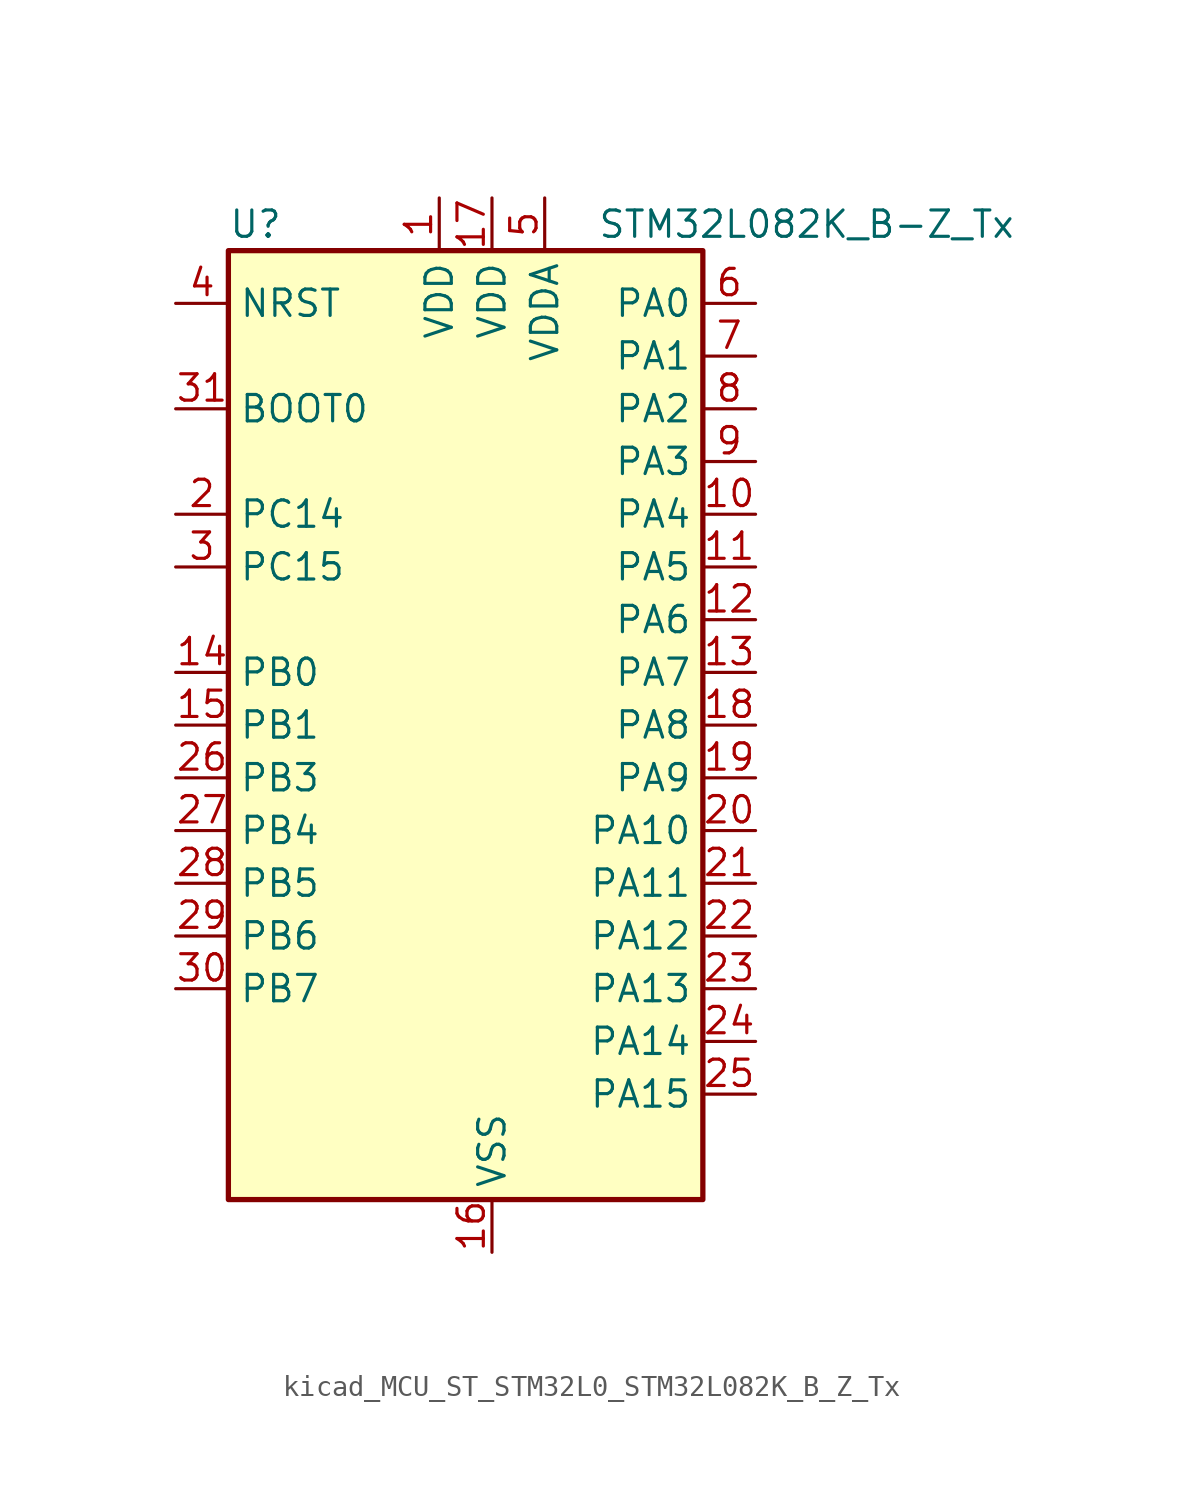
<source format=kicad_sym>
(kicad_symbol_lib
  (version 20220914)
  (generator kicad_symbol_editor)
  (symbol "kicad_MCU_ST_STM32L0_STM32L082K_B_Z_Tx"
    (property "Reference" "U"
      (at -10.16 24.13 0)
      (effects (font (size 1.27 1.27)) (justify left)))
    (property "Value" "STM32L082K_B-Z_Tx"
      (at 7.62 24.13 0)
      (effects (font (size 1.27 1.27)) (justify left)))
    (property "ki_locked" ""
      (at 0 0 0)
      (effects (font (size 1.27 1.27))))
    (symbol "kicad_MCU_ST_STM32L0_STM32L082K_B_Z_Tx_0_1"
      (rectangle (start -10.16 -22.86) (end 12.7 22.86) (stroke (width 0.254) (type default)) (fill (type background))))
    (symbol "kicad_MCU_ST_STM32L0_STM32L082K_B_Z_Tx_1_1"
      (pin power_in line (at 0 25.4 270) (length 2.54) (name "VDD" (effects (font (size 1.27 1.27)))) (number "1" (effects (font (size 1.27 1.27)))))
      (pin bidirectional line (at 15.24 10.16 180) (length 2.54) (name "PA4" (effects (font (size 1.27 1.27)))) (number "10" (effects (font (size 1.27 1.27)))) (alternate "ADC_IN4" bidirectional line) (alternate "COMP1_INM" bidirectional line) (alternate "COMP2_INM" bidirectional line) (alternate "DAC_OUT1" bidirectional line) (alternate "SPI1_NSS" bidirectional line) (alternate "TIM22_ETR" bidirectional line) (alternate "TSC_G2_IO1" bidirectional line) (alternate "USART2_CK" bidirectional line))
      (pin bidirectional line (at 15.24 7.62 180) (length 2.54) (name "PA5" (effects (font (size 1.27 1.27)))) (number "11" (effects (font (size 1.27 1.27)))) (alternate "ADC_IN5" bidirectional line) (alternate "COMP1_INM" bidirectional line) (alternate "COMP2_INM" bidirectional line) (alternate "DAC_OUT2" bidirectional line) (alternate "SPI1_SCK" bidirectional line) (alternate "TIM2_CH1" bidirectional line) (alternate "TIM2_ETR" bidirectional line) (alternate "TSC_G2_IO2" bidirectional line))
      (pin bidirectional line (at 15.24 5.08 180) (length 2.54) (name "PA6" (effects (font (size 1.27 1.27)))) (number "12" (effects (font (size 1.27 1.27)))) (alternate "ADC_IN6" bidirectional line) (alternate "COMP1_OUT" bidirectional line) (alternate "LPUART1_CTS" bidirectional line) (alternate "SPI1_MISO" bidirectional line) (alternate "TIM22_CH1" bidirectional line) (alternate "TIM3_CH1" bidirectional line) (alternate "TSC_G2_IO3" bidirectional line))
      (pin bidirectional line (at 15.24 2.54 180) (length 2.54) (name "PA7" (effects (font (size 1.27 1.27)))) (number "13" (effects (font (size 1.27 1.27)))) (alternate "ADC_IN7" bidirectional line) (alternate "COMP2_OUT" bidirectional line) (alternate "SPI1_MOSI" bidirectional line) (alternate "TIM22_CH2" bidirectional line) (alternate "TIM3_CH2" bidirectional line) (alternate "TSC_G2_IO4" bidirectional line))
      (pin bidirectional line (at -12.7 2.54 0) (length 2.54) (name "PB0" (effects (font (size 1.27 1.27)))) (number "14" (effects (font (size 1.27 1.27)))) (alternate "ADC_IN8" bidirectional line) (alternate "SYS_VREF_OUT_PB0" bidirectional line) (alternate "TIM3_CH3" bidirectional line) (alternate "TSC_G3_IO2" bidirectional line))
      (pin bidirectional line (at -12.7 0 0) (length 2.54) (name "PB1" (effects (font (size 1.27 1.27)))) (number "15" (effects (font (size 1.27 1.27)))) (alternate "ADC_IN9" bidirectional line) (alternate "LPUART1_DE" bidirectional line) (alternate "LPUART1_RTS" bidirectional line) (alternate "SYS_VREF_OUT_PB1" bidirectional line) (alternate "TIM3_CH4" bidirectional line) (alternate "TSC_G3_IO3" bidirectional line))
      (pin power_in line (at 2.54 -25.4 90) (length 2.54) (name "VSS" (effects (font (size 1.27 1.27)))) (number "16" (effects (font (size 1.27 1.27)))))
      (pin power_in line (at 2.54 25.4 270) (length 2.54) (name "VDD" (effects (font (size 1.27 1.27)))) (number "17" (effects (font (size 1.27 1.27)))))
      (pin bidirectional line (at 15.24 0 180) (length 2.54) (name "PA8" (effects (font (size 1.27 1.27)))) (number "18" (effects (font (size 1.27 1.27)))) (alternate "CRS_SYNC" bidirectional line) (alternate "I2C3_SCL" bidirectional line) (alternate "RCC_MCO" bidirectional line) (alternate "USART1_CK" bidirectional line))
      (pin bidirectional line (at 15.24 -2.54 180) (length 2.54) (name "PA9" (effects (font (size 1.27 1.27)))) (number "19" (effects (font (size 1.27 1.27)))) (alternate "DAC_EXTI9" bidirectional line) (alternate "I2C1_SCL" bidirectional line) (alternate "I2C3_SMBA" bidirectional line) (alternate "RCC_MCO" bidirectional line) (alternate "TSC_G4_IO1" bidirectional line) (alternate "USART1_TX" bidirectional line))
      (pin bidirectional line (at -12.7 10.16 0) (length 2.54) (name "PC14" (effects (font (size 1.27 1.27)))) (number "2" (effects (font (size 1.27 1.27)))) (alternate "RCC_OSC32_IN" bidirectional line))
      (pin bidirectional line (at 15.24 -5.08 180) (length 2.54) (name "PA10" (effects (font (size 1.27 1.27)))) (number "20" (effects (font (size 1.27 1.27)))) (alternate "I2C1_SDA" bidirectional line) (alternate "TSC_G4_IO2" bidirectional line) (alternate "USART1_RX" bidirectional line))
      (pin bidirectional line (at 15.24 -7.62 180) (length 2.54) (name "PA11" (effects (font (size 1.27 1.27)))) (number "21" (effects (font (size 1.27 1.27)))) (alternate "ADC_EXTI11" bidirectional line) (alternate "COMP1_OUT" bidirectional line) (alternate "SPI1_MISO" bidirectional line) (alternate "TSC_G4_IO3" bidirectional line) (alternate "USART1_CTS" bidirectional line) (alternate "USB_DM" bidirectional line))
      (pin bidirectional line (at 15.24 -10.16 180) (length 2.54) (name "PA12" (effects (font (size 1.27 1.27)))) (number "22" (effects (font (size 1.27 1.27)))) (alternate "COMP2_OUT" bidirectional line) (alternate "SPI1_MOSI" bidirectional line) (alternate "TSC_G4_IO4" bidirectional line) (alternate "USART1_DE" bidirectional line) (alternate "USART1_RTS" bidirectional line) (alternate "USB_DP" bidirectional line))
      (pin bidirectional line (at 15.24 -12.7 180) (length 2.54) (name "PA13" (effects (font (size 1.27 1.27)))) (number "23" (effects (font (size 1.27 1.27)))) (alternate "LPUART1_RX" bidirectional line) (alternate "SYS_SWDIO" bidirectional line) (alternate "USB_NOE" bidirectional line))
      (pin bidirectional line (at 15.24 -15.24 180) (length 2.54) (name "PA14" (effects (font (size 1.27 1.27)))) (number "24" (effects (font (size 1.27 1.27)))) (alternate "LPUART1_TX" bidirectional line) (alternate "SYS_SWCLK" bidirectional line) (alternate "USART2_TX" bidirectional line))
      (pin bidirectional line (at 15.24 -17.78 180) (length 2.54) (name "PA15" (effects (font (size 1.27 1.27)))) (number "25" (effects (font (size 1.27 1.27)))) (alternate "SPI1_NSS" bidirectional line) (alternate "TIM2_CH1" bidirectional line) (alternate "TIM2_ETR" bidirectional line) (alternate "USART2_RX" bidirectional line) (alternate "USART4_DE" bidirectional line) (alternate "USART4_RTS" bidirectional line))
      (pin bidirectional line (at -12.7 -2.54 0) (length 2.54) (name "PB3" (effects (font (size 1.27 1.27)))) (number "26" (effects (font (size 1.27 1.27)))) (alternate "COMP2_INM" bidirectional line) (alternate "SPI1_SCK" bidirectional line) (alternate "TIM2_CH2" bidirectional line) (alternate "TSC_G5_IO1" bidirectional line) (alternate "USART1_DE" bidirectional line) (alternate "USART1_RTS" bidirectional line) (alternate "USART5_TX" bidirectional line))
      (pin bidirectional line (at -12.7 -5.08 0) (length 2.54) (name "PB4" (effects (font (size 1.27 1.27)))) (number "27" (effects (font (size 1.27 1.27)))) (alternate "COMP2_INP" bidirectional line) (alternate "I2C3_SDA" bidirectional line) (alternate "SPI1_MISO" bidirectional line) (alternate "TIM22_CH1" bidirectional line) (alternate "TIM3_CH1" bidirectional line) (alternate "TSC_G5_IO2" bidirectional line) (alternate "USART1_CTS" bidirectional line) (alternate "USART5_RX" bidirectional line))
      (pin bidirectional line (at -12.7 -7.62 0) (length 2.54) (name "PB5" (effects (font (size 1.27 1.27)))) (number "28" (effects (font (size 1.27 1.27)))) (alternate "COMP2_INP" bidirectional line) (alternate "I2C1_SMBA" bidirectional line) (alternate "LPTIM1_IN1" bidirectional line) (alternate "SPI1_MOSI" bidirectional line) (alternate "TIM22_CH2" bidirectional line) (alternate "TIM3_CH2" bidirectional line) (alternate "USART1_CK" bidirectional line) (alternate "USART5_CK" bidirectional line) (alternate "USART5_DE" bidirectional line) (alternate "USART5_RTS" bidirectional line))
      (pin bidirectional line (at -12.7 -10.16 0) (length 2.54) (name "PB6" (effects (font (size 1.27 1.27)))) (number "29" (effects (font (size 1.27 1.27)))) (alternate "COMP2_INP" bidirectional line) (alternate "I2C1_SCL" bidirectional line) (alternate "LPTIM1_ETR" bidirectional line) (alternate "TSC_G5_IO3" bidirectional line) (alternate "USART1_TX" bidirectional line))
      (pin bidirectional line (at -12.7 7.62 0) (length 2.54) (name "PC15" (effects (font (size 1.27 1.27)))) (number "3" (effects (font (size 1.27 1.27)))) (alternate "RCC_OSC32_OUT" bidirectional line))
      (pin bidirectional line (at -12.7 -12.7 0) (length 2.54) (name "PB7" (effects (font (size 1.27 1.27)))) (number "30" (effects (font (size 1.27 1.27)))) (alternate "COMP2_INP" bidirectional line) (alternate "I2C1_SDA" bidirectional line) (alternate "LPTIM1_IN2" bidirectional line) (alternate "SYS_PVD_IN" bidirectional line) (alternate "TSC_G5_IO4" bidirectional line) (alternate "USART1_RX" bidirectional line) (alternate "USART4_CTS" bidirectional line))
      (pin input line (at -12.7 15.24 0) (length 2.54) (name "BOOT0" (effects (font (size 1.27 1.27)))) (number "31" (effects (font (size 1.27 1.27)))))
      (pin passive line (at 2.54 -25.4 90) (length 2.54) hide (name "VSS" (effects (font (size 1.27 1.27)))) (number "32" (effects (font (size 1.27 1.27)))))
      (pin input line (at -12.7 20.32 0) (length 2.54) (name "NRST" (effects (font (size 1.27 1.27)))) (number "4" (effects (font (size 1.27 1.27)))))
      (pin power_in line (at 5.08 25.4 270) (length 2.54) (name "VDDA" (effects (font (size 1.27 1.27)))) (number "5" (effects (font (size 1.27 1.27)))))
      (pin bidirectional line (at 15.24 20.32 180) (length 2.54) (name "PA0" (effects (font (size 1.27 1.27)))) (number "6" (effects (font (size 1.27 1.27)))) (alternate "ADC_IN0" bidirectional line) (alternate "COMP1_INM" bidirectional line) (alternate "COMP1_OUT" bidirectional line) (alternate "RTC_TAMP2" bidirectional line) (alternate "SYS_WKUP1" bidirectional line) (alternate "TIM2_CH1" bidirectional line) (alternate "TIM2_ETR" bidirectional line) (alternate "TSC_G1_IO1" bidirectional line) (alternate "USART2_CTS" bidirectional line) (alternate "USART4_TX" bidirectional line))
      (pin bidirectional line (at 15.24 17.78 180) (length 2.54) (name "PA1" (effects (font (size 1.27 1.27)))) (number "7" (effects (font (size 1.27 1.27)))) (alternate "ADC_IN1" bidirectional line) (alternate "COMP1_INP" bidirectional line) (alternate "TIM21_ETR" bidirectional line) (alternate "TIM2_CH2" bidirectional line) (alternate "TSC_G1_IO2" bidirectional line) (alternate "USART2_DE" bidirectional line) (alternate "USART2_RTS" bidirectional line) (alternate "USART4_RX" bidirectional line))
      (pin bidirectional line (at 15.24 15.24 180) (length 2.54) (name "PA2" (effects (font (size 1.27 1.27)))) (number "8" (effects (font (size 1.27 1.27)))) (alternate "ADC_IN2" bidirectional line) (alternate "COMP2_INM" bidirectional line) (alternate "COMP2_OUT" bidirectional line) (alternate "LPUART1_TX" bidirectional line) (alternate "TIM21_CH1" bidirectional line) (alternate "TIM2_CH3" bidirectional line) (alternate "TSC_G1_IO3" bidirectional line) (alternate "USART2_TX" bidirectional line))
      (pin bidirectional line (at 15.24 12.7 180) (length 2.54) (name "PA3" (effects (font (size 1.27 1.27)))) (number "9" (effects (font (size 1.27 1.27)))) (alternate "ADC_IN3" bidirectional line) (alternate "COMP2_INP" bidirectional line) (alternate "LPUART1_RX" bidirectional line) (alternate "TIM21_CH2" bidirectional line) (alternate "TIM2_CH4" bidirectional line) (alternate "TSC_G1_IO4" bidirectional line) (alternate "USART2_RX" bidirectional line)))))
</source>
